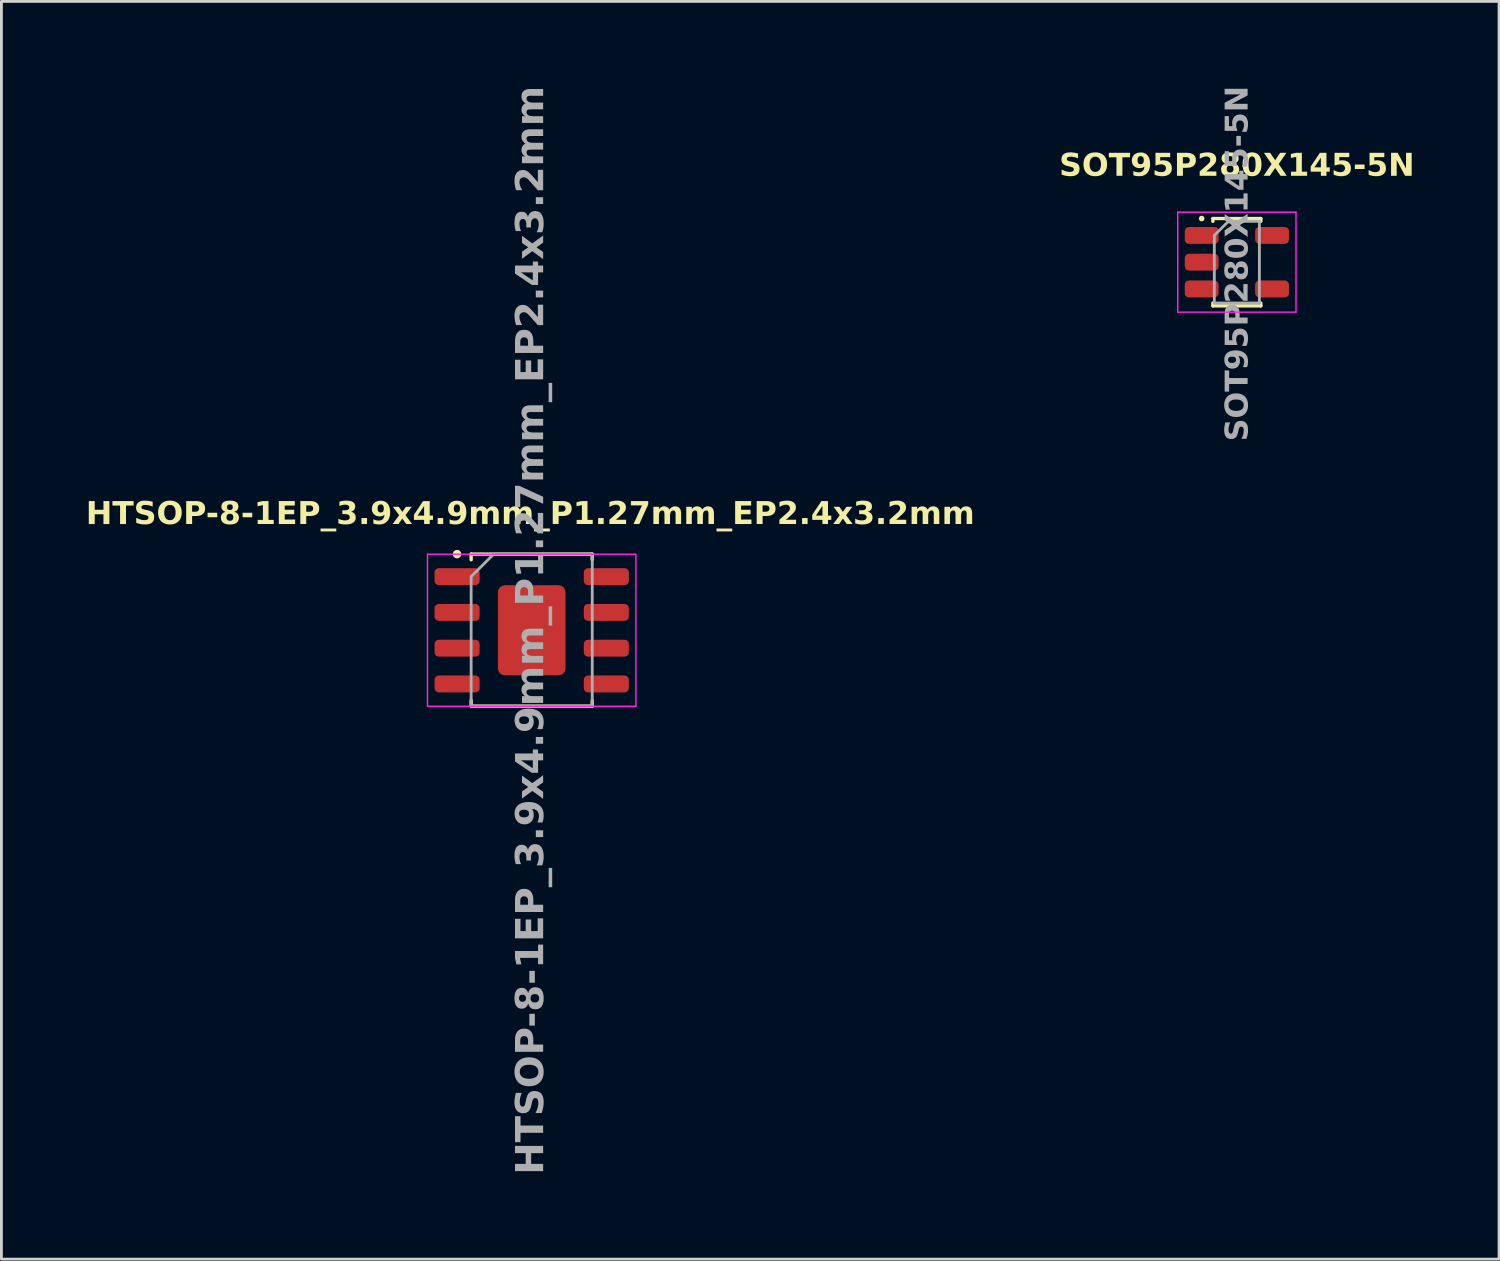
<source format=kicad_pcb>
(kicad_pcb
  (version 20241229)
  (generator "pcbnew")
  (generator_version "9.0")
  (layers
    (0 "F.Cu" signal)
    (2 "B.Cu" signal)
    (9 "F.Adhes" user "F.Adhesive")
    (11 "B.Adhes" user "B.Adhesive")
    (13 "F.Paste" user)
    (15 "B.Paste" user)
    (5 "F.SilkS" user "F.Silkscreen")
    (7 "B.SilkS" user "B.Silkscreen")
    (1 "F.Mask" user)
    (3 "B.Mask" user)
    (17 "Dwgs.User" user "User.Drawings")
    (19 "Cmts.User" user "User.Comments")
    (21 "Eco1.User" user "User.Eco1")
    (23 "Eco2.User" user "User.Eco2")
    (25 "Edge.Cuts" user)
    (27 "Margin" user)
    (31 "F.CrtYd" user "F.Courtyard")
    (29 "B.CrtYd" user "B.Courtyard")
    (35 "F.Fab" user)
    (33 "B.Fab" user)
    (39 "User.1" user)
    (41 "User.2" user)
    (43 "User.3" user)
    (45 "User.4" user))
  (footprint "HTSOP-8-1EP_3.9x4.9mm_P1.27mm_EP2.4x3.2mm"
    (layer "F.Cu")
    (at 15.83 19.331)
    (property "Reference" "HTSOP-8-1EP_3.9x4.9mm_P1.27mm_EP2.4x3.2mm" (at -0.05 -4.105 0) (layer "F.SilkS") (effects (font (face "JetBrains Mono SemiBold") (size 0.8 0.8) (thickness 0.1))))
    (attr smd)
    (fp_line (start -2.15 -2.705) (end 2.15 -2.705) (stroke (width 0.12) (type solid)) (layer "F.SilkS"))
    (fp_line (start -2.15 -2.505) (end -2.15 -2.705) (stroke (width 0.12) (type solid)) (layer "F.SilkS"))
    (fp_line (start -2.15 2.695) (end -2.15 2.495) (stroke (width 0.12) (type solid)) (layer "F.SilkS"))
    (fp_line (start 2.15 -2.705) (end 2.15 -2.505) (stroke (width 0.12) (type solid)) (layer "F.SilkS"))
    (fp_line (start 2.15 2.495) (end 2.15 2.695) (stroke (width 0.12) (type solid)) (layer "F.SilkS"))
    (fp_line (start 2.15 2.695) (end -2.15 2.695) (stroke (width 0.12) (type solid)) (layer "F.SilkS"))
    (fp_circle (center -2.65 -2.705) (end -2.65 -2.605) (stroke (width 0.1) (type default)) (fill yes) (layer "F.SilkS"))
    (fp_line (start -3.7 -2.7) (end -3.7 2.7) (stroke (width 0.05) (type solid)) (layer "F.CrtYd"))
    (fp_line (start -3.7 2.7) (end 3.7 2.7) (stroke (width 0.05) (type solid)) (layer "F.CrtYd"))
    (fp_line (start 3.7 -2.7) (end -3.7 -2.7) (stroke (width 0.05) (type solid)) (layer "F.CrtYd"))
    (fp_line (start 3.7 2.7) (end 3.7 -2.7) (stroke (width 0.05) (type solid)) (layer "F.CrtYd"))
    (fp_poly (pts (xy -2.15 -1.905) (xy -2.15 2.695) (xy 2.15 2.695) (xy 2.15 -2.705) (xy -1.35 -2.705)) (stroke (width 0.1) (type solid)) (fill no) (layer "F.Fab"))
    (fp_text user "${REFERENCE}" (at 0 0 90) (layer "F.Fab") (effects (font (face "JetBrains Mono SemiBold") (size 0.98 0.98) (thickness 0.15))))
    (pad "" smd roundrect (at -0.6 -0.8) (size 0.97 1.29) (layers "F.Paste") (roundrect_rratio 0.25))
    (pad "" smd roundrect (at -0.6 0.8) (size 0.97 1.29) (layers "F.Paste") (roundrect_rratio 0.25))
    (pad "" smd roundrect (at 0.6 -0.8) (size 0.97 1.29) (layers "F.Paste") (roundrect_rratio 0.25))
    (pad "" smd roundrect (at 0.6 0.8) (size 0.97 1.29) (layers "F.Paste") (roundrect_rratio 0.25))
    (pad "1" smd roundrect (at -2.65 -1.905) (size 1.6 0.6) (layers "F.Cu" "F.Mask" "F.Paste") (roundrect_rratio 0.25))
    (pad "2" smd roundrect (at -2.65 -0.635) (size 1.6 0.6) (layers "F.Cu" "F.Mask" "F.Paste") (roundrect_rratio 0.25))
    (pad "3" smd roundrect (at -2.65 0.635) (size 1.6 0.6) (layers "F.Cu" "F.Mask" "F.Paste") (roundrect_rratio 0.25))
    (pad "4" smd roundrect (at -2.65 1.905) (size 1.6 0.6) (layers "F.Cu" "F.Mask" "F.Paste") (roundrect_rratio 0.25))
    (pad "5" smd roundrect (at 2.65 1.905) (size 1.6 0.6) (layers "F.Cu" "F.Mask" "F.Paste") (roundrect_rratio 0.25))
    (pad "6" smd roundrect (at 2.65 0.635) (size 1.6 0.6) (layers "F.Cu" "F.Mask" "F.Paste") (roundrect_rratio 0.25))
    (pad "7" smd roundrect (at 2.65 -0.635) (size 1.6 0.6) (layers "F.Cu" "F.Mask" "F.Paste") (roundrect_rratio 0.25))
    (pad "8" smd roundrect (at 2.65 -1.905) (size 1.6 0.6) (layers "F.Cu" "F.Mask" "F.Paste") (roundrect_rratio 0.25))
    (pad "9" smd roundrect (at 0 0) (size 2.4 3.2) (layers "F.Cu" "F.Mask") (roundrect_rratio 0.104)))
  (footprint "SOT95P280X145-5N"
    (layer "F.Cu")
    (at 40.87 6.26)
    (property "Reference" "SOT95P280X145-5N" (at 0 -3.4 0) (layer "F.SilkS") (effects (font (face "JetBrains Mono SemiBold") (size 0.8 0.8) (thickness 0.1))))
    (attr smd)
    (fp_line (start -0.85 -1.55) (end 0.85 -1.55) (stroke (width 0.12) (type solid)) (layer "F.SilkS"))
    (fp_line (start -0.85 -1.45) (end -0.85 -1.55) (stroke (width 0.12) (type solid)) (layer "F.SilkS"))
    (fp_line (start -0.85 1.55) (end -0.85 1.45) (stroke (width 0.12) (type solid)) (layer "F.SilkS"))
    (fp_line (start 0.85 -1.55) (end 0.85 -1.45) (stroke (width 0.12) (type solid)) (layer "F.SilkS"))
    (fp_line (start 0.85 1.45) (end 0.85 1.55) (stroke (width 0.12) (type solid)) (layer "F.SilkS"))
    (fp_line (start 0.85 1.55) (end -0.85 1.55) (stroke (width 0.12) (type solid)) (layer "F.SilkS"))
    (fp_circle (center -1.25 -1.55) (end -1.25 -1.5) (stroke (width 0.1) (type default)) (fill yes) (layer "F.SilkS"))
    (fp_line (start -2.1 -1.775) (end 2.1 -1.775) (stroke (width 0.05) (type solid)) (layer "F.CrtYd"))
    (fp_line (start -2.1 1.775) (end -2.1 -1.775) (stroke (width 0.05) (type solid)) (layer "F.CrtYd"))
    (fp_line (start 2.1 -1.775) (end 2.1 1.775) (stroke (width 0.05) (type solid)) (layer "F.CrtYd"))
    (fp_line (start 2.1 1.775) (end -2.1 1.775) (stroke (width 0.05) (type solid)) (layer "F.CrtYd"))
    (fp_line (start -0.8 -0.95) (end -0.3 -1.45) (stroke (width 0.1) (type default)) (layer "F.Fab"))
    (fp_line (start -0.8 1.45) (end -0.8 -0.95) (stroke (width 0.1) (type solid)) (layer "F.Fab"))
    (fp_line (start -0.3 -1.45) (end 0.8 -1.45) (stroke (width 0.1) (type solid)) (layer "F.Fab"))
    (fp_line (start 0.8 -1.45) (end 0.8 1.45) (stroke (width 0.1) (type solid)) (layer "F.Fab"))
    (fp_line (start 0.8 1.45) (end -0.8 1.45) (stroke (width 0.1) (type solid)) (layer "F.Fab"))
    (fp_text user "${REFERENCE}" (at 0.05 0.05 90) (layer "F.Fab") (effects (font (face "JetBrains Mono SemiBold") (size 0.8 0.8) (thickness 0.1))))
    (pad "1" smd roundrect (at -1.25 -0.95 90) (size 0.6 1.2) (layers "F.Cu" "F.Mask" "F.Paste") (roundrect_rratio 0.25))
    (pad "2" smd roundrect (at -1.25 0 90) (size 0.6 1.2) (layers "F.Cu" "F.Mask" "F.Paste") (roundrect_rratio 0.25))
    (pad "3" smd roundrect (at -1.25 0.95 90) (size 0.6 1.2) (layers "F.Cu" "F.Mask" "F.Paste") (roundrect_rratio 0.25))
    (pad "4" smd roundrect (at 1.25 0.95 90) (size 0.6 1.2) (layers "F.Cu" "F.Mask" "F.Paste") (roundrect_rratio 0.25))
    (pad "5" smd roundrect (at 1.25 -0.95 90) (size 0.6 1.2) (layers "F.Cu" "F.Mask" "F.Paste") (roundrect_rratio 0.25)))
  (gr_rect
    (start -3 -3)
    (end 50.18 41.661)
    (stroke (width 0.1) (type default))
    (fill no)
    (layer "Edge.Cuts")))
</source>
